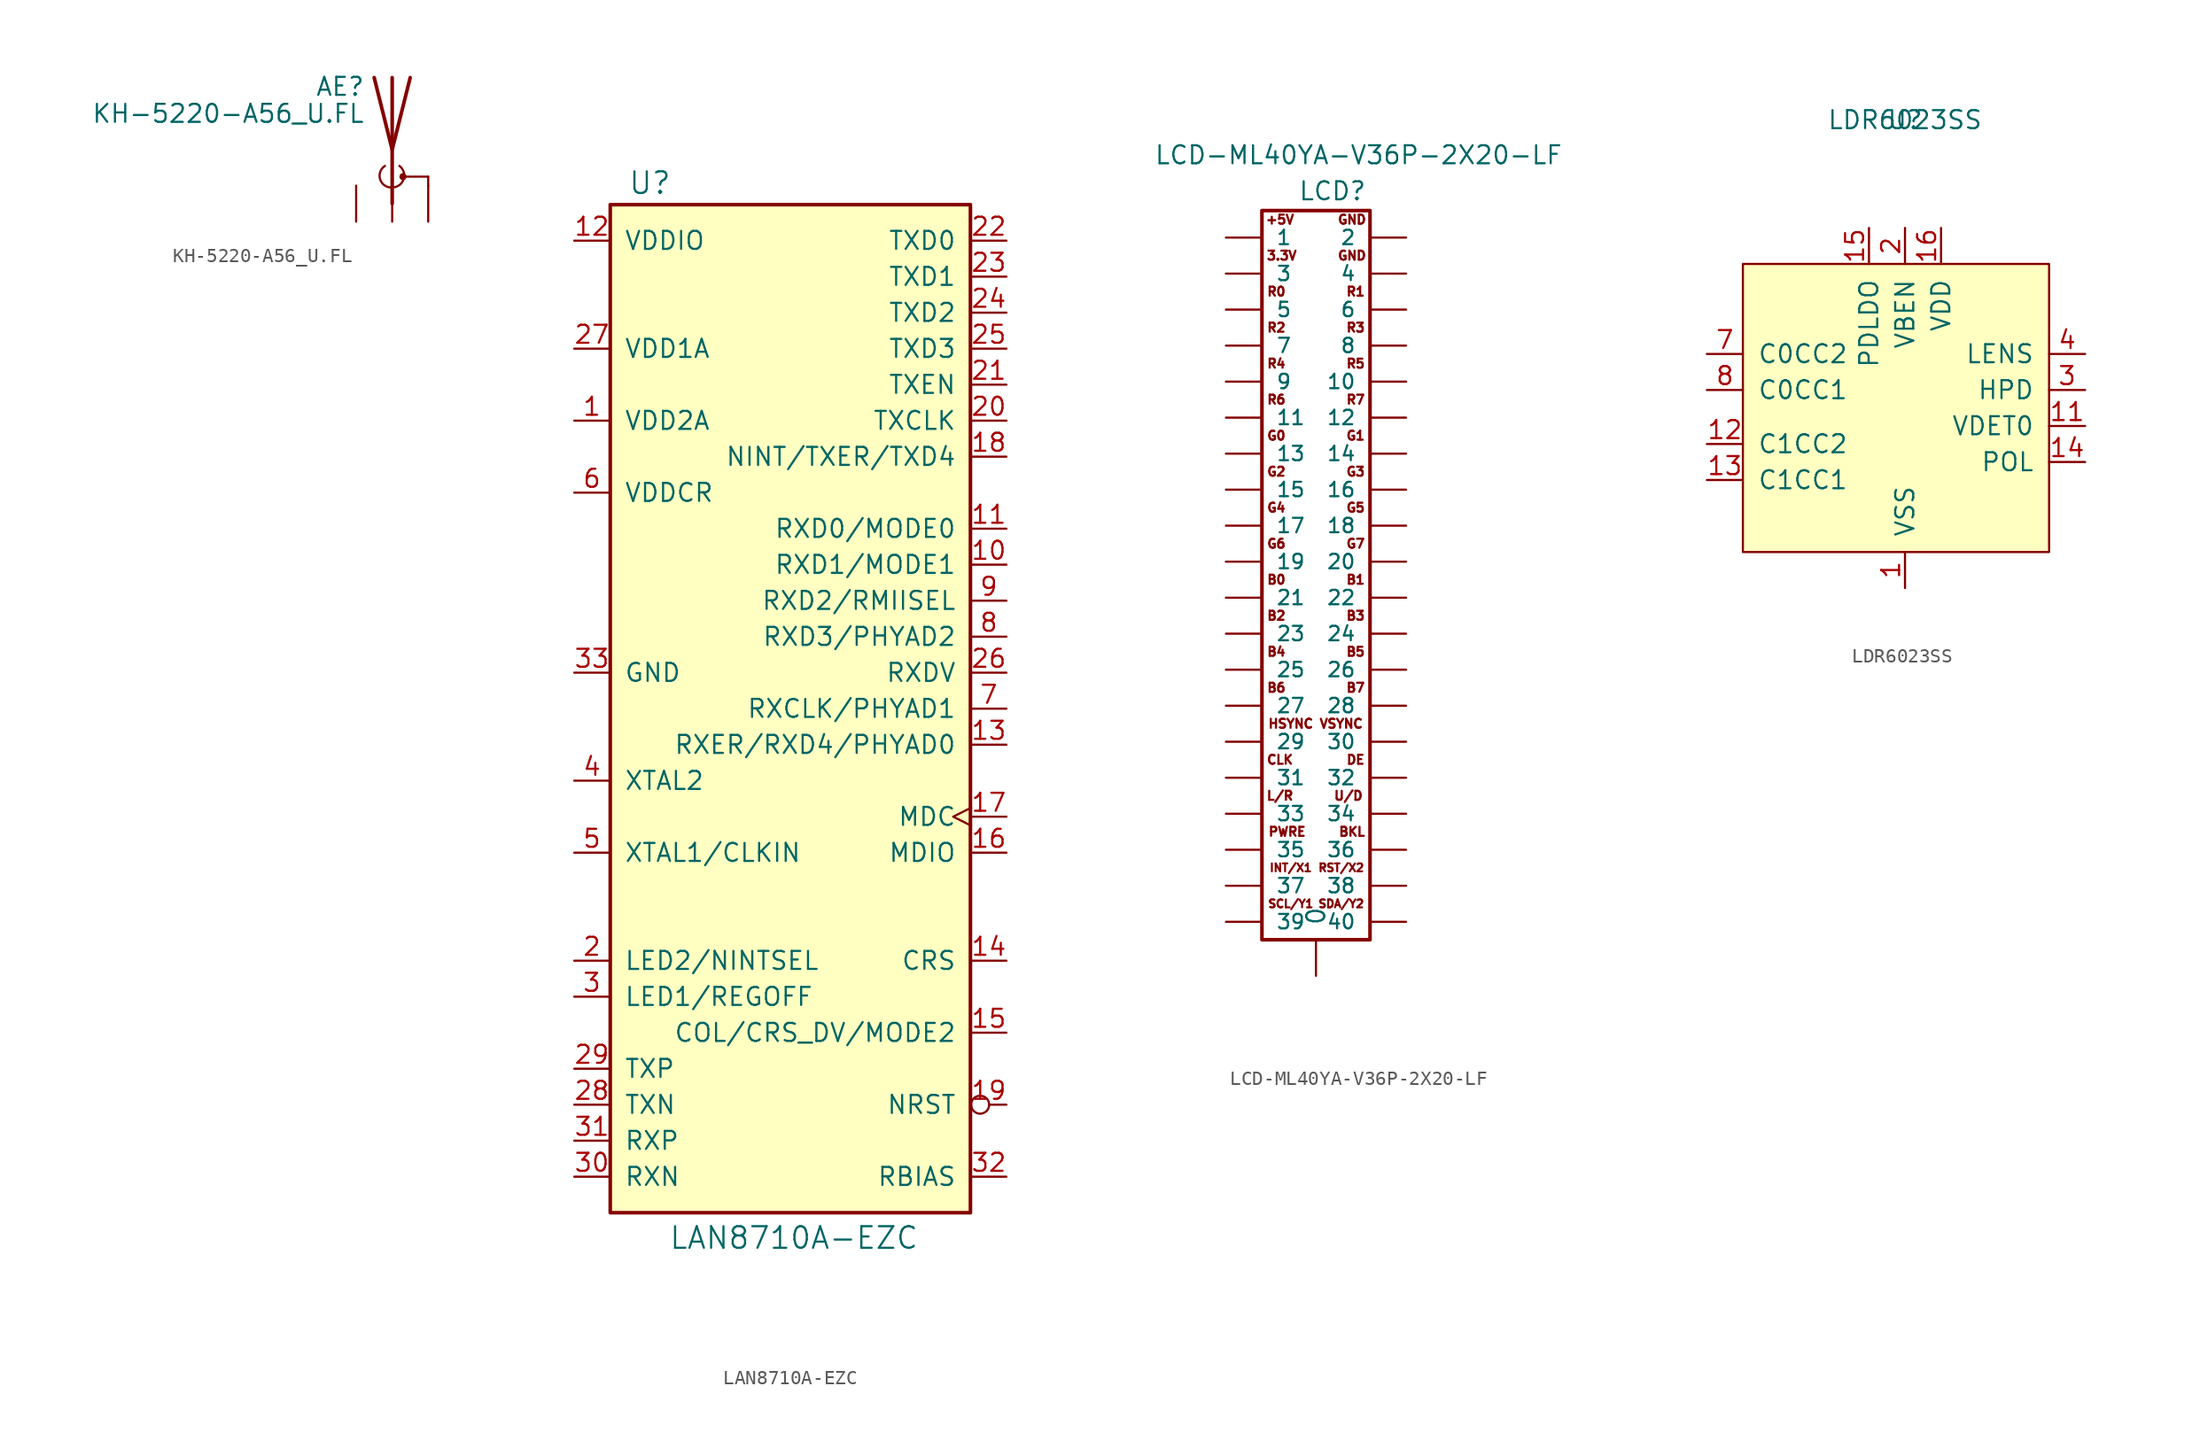
<source format=kicad_sym>
(kicad_symbol_lib
  (version 20211014)
  (generator kicad_symbol_editor)
  (symbol "KH-5220-A56_U.FL"
    (pin_numbers hide)
    (pin_names
      (offset 1.016) hide)
    (property "Reference" "AE"
      (at -1.905 4.445 0)
      (effects (font (size 1.27 1.27)) (justify right)))
    (property "Value" "KH-5220-A56_U.FL"
      (at -1.905 2.54 0)
      (effects (font (size 1.27 1.27)) (justify right)))
    (symbol "KH-5220-A56_U.FL_0_1"
      (arc (start -0.508 -1.143) (mid -0.8485 -2.1032) (end 0 -2.667) (stroke (width 0) (type default) (color 0 0 0 0)) (fill (type none)))
      (arc (start 0 -2.667) (mid 0.8047 -2.0885) (end 0.508 -1.143) (stroke (width 0) (type default) (color 0 0 0 0)) (fill (type none)))
      (polyline (pts (xy 0 -2.54) (xy 0 0)) (stroke (width 0) (type default) (color 0 0 0 0)) (fill (type none)))
      (polyline (pts (xy 0 5.08) (xy 0 -3.81)) (stroke (width 0.254) (type default) (color 0 0 0 0)) (fill (type none)))
      (polyline (pts (xy 0.762 -1.905) (xy 2.54 -1.905)) (stroke (width 0) (type default) (color 0 0 0 0)) (fill (type none)))
      (polyline (pts (xy 2.54 -2.54) (xy 2.54 -1.905)) (stroke (width 0) (type default) (color 0 0 0 0)) (fill (type none)))
      (polyline (pts (xy 1.27 5.08) (xy 0 0) (xy -1.27 5.08)) (stroke (width 0.254) (type default) (color 0 0 0 0)) (fill (type none)))
      (circle (center 0.762 -1.905) (radius 0.178) (stroke (width 0) (type default) (color 0 0 0 0)) (fill (type outline))))
    (symbol "KH-5220-A56_U.FL_1_1"
      (pin input line (at 0 -5.08 90) (length 2.54) (name "A" (effects (font (size 1.27 1.27)))) (number "1" (effects (font (size 1.27 1.27)))))
      (pin input line (at 2.54 -5.08 90) (length 2.54) (name "Shield" (effects (font (size 1.27 1.27)))) (number "2" (effects (font (size 1.27 1.27)))))
      (pin input line (at -2.54 -5.08 90) (length 2.54) (name "NC" (effects (font (size 1.27 1.27)))) (number "NC" (effects (font (size 1.27 1.27)))))))
  (symbol "LAN8710A-EZC"
    (pin_names
      (offset 1.016))
    (property "Reference" "U"
      (at -9.906 37.084 0)
      (effects (font (size 1.524 1.524))))
    (property "Value" "LAN8710A-EZC"
      (at 0.254 -37.338 0)
      (effects (font (size 1.524 1.524))))
    (symbol "LAN8710A-EZC_0_1"
      (rectangle (start -12.7 35.56) (end 12.7 -35.56) (stroke (width 0.254) (type default) (color 0 0 0 0)) (fill (type background))))
    (symbol "LAN8710A-EZC_1_1"
      (pin power_in line (at -15.24 20.32 0) (length 2.489) (name "VDD2A" (effects (font (size 1.27 1.27)))) (number "1" (effects (font (size 1.27 1.27)))))
      (pin bidirectional line (at 15.24 10.16 180) (length 2.489) (name "RXD1/MODE1" (effects (font (size 1.27 1.27)))) (number "10" (effects (font (size 1.27 1.27)))))
      (pin bidirectional line (at 15.24 12.7 180) (length 2.489) (name "RXD0/MODE0" (effects (font (size 1.27 1.27)))) (number "11" (effects (font (size 1.27 1.27)))))
      (pin power_in line (at -15.24 33.02 0) (length 2.489) (name "VDDIO" (effects (font (size 1.27 1.27)))) (number "12" (effects (font (size 1.27 1.27)))))
      (pin bidirectional line (at 15.24 -2.54 180) (length 2.489) (name "RXER/RXD4/PHYAD0" (effects (font (size 1.27 1.27)))) (number "13" (effects (font (size 1.27 1.27)))))
      (pin output line (at 15.24 -17.78 180) (length 2.489) (name "CRS" (effects (font (size 1.27 1.27)))) (number "14" (effects (font (size 1.27 1.27)))))
      (pin bidirectional line (at 15.24 -22.86 180) (length 2.489) (name "COL/CRS_DV/MODE2" (effects (font (size 1.27 1.27)))) (number "15" (effects (font (size 1.27 1.27)))))
      (pin bidirectional line (at 15.24 -10.16 180) (length 2.489) (name "MDIO" (effects (font (size 1.27 1.27)))) (number "16" (effects (font (size 1.27 1.27)))))
      (pin input clock (at 15.24 -7.62 180) (length 2.489) (name "MDC" (effects (font (size 1.27 1.27)))) (number "17" (effects (font (size 1.27 1.27)))))
      (pin bidirectional line (at 15.24 17.78 180) (length 2.489) (name "NINT/TXER/TXD4" (effects (font (size 1.27 1.27)))) (number "18" (effects (font (size 1.27 1.27)))))
      (pin input inverted (at 15.24 -27.94 180) (length 2.489) (name "NRST" (effects (font (size 1.27 1.27)))) (number "19" (effects (font (size 1.27 1.27)))))
      (pin bidirectional line (at -15.24 -17.78 0) (length 2.489) (name "LED2/NINTSEL" (effects (font (size 1.27 1.27)))) (number "2" (effects (font (size 1.27 1.27)))))
      (pin output line (at 15.24 20.32 180) (length 2.489) (name "TXCLK" (effects (font (size 1.27 1.27)))) (number "20" (effects (font (size 1.27 1.27)))))
      (pin input line (at 15.24 22.86 180) (length 2.489) (name "TXEN" (effects (font (size 1.27 1.27)))) (number "21" (effects (font (size 1.27 1.27)))))
      (pin input line (at 15.24 33.02 180) (length 2.489) (name "TXD0" (effects (font (size 1.27 1.27)))) (number "22" (effects (font (size 1.27 1.27)))))
      (pin input line (at 15.24 30.48 180) (length 2.489) (name "TXD1" (effects (font (size 1.27 1.27)))) (number "23" (effects (font (size 1.27 1.27)))))
      (pin input line (at 15.24 27.94 180) (length 2.489) (name "TXD2" (effects (font (size 1.27 1.27)))) (number "24" (effects (font (size 1.27 1.27)))))
      (pin input line (at 15.24 25.4 180) (length 2.489) (name "TXD3" (effects (font (size 1.27 1.27)))) (number "25" (effects (font (size 1.27 1.27)))))
      (pin output line (at 15.24 2.54 180) (length 2.489) (name "RXDV" (effects (font (size 1.27 1.27)))) (number "26" (effects (font (size 1.27 1.27)))))
      (pin power_in line (at -15.24 25.4 0) (length 2.489) (name "VDD1A" (effects (font (size 1.27 1.27)))) (number "27" (effects (font (size 1.27 1.27)))))
      (pin output line (at -15.24 -27.94 0) (length 2.489) (name "TXN" (effects (font (size 1.27 1.27)))) (number "28" (effects (font (size 1.27 1.27)))))
      (pin output line (at -15.24 -25.4 0) (length 2.489) (name "TXP" (effects (font (size 1.27 1.27)))) (number "29" (effects (font (size 1.27 1.27)))))
      (pin bidirectional line (at -15.24 -20.32 0) (length 2.489) (name "LED1/REGOFF" (effects (font (size 1.27 1.27)))) (number "3" (effects (font (size 1.27 1.27)))))
      (pin input line (at -15.24 -33.02 0) (length 2.489) (name "RXN" (effects (font (size 1.27 1.27)))) (number "30" (effects (font (size 1.27 1.27)))))
      (pin input line (at -15.24 -30.48 0) (length 2.489) (name "RXP" (effects (font (size 1.27 1.27)))) (number "31" (effects (font (size 1.27 1.27)))))
      (pin input line (at 15.24 -33.02 180) (length 2.489) (name "RBIAS" (effects (font (size 1.27 1.27)))) (number "32" (effects (font (size 1.27 1.27)))))
      (pin power_in line (at -15.24 2.54 0) (length 2.489) (name "GND" (effects (font (size 1.27 1.27)))) (number "33" (effects (font (size 1.27 1.27)))))
      (pin output line (at -15.24 -5.08 0) (length 2.489) (name "XTAL2" (effects (font (size 1.27 1.27)))) (number "4" (effects (font (size 1.27 1.27)))))
      (pin input line (at -15.24 -10.16 0) (length 2.489) (name "XTAL1/CLKIN" (effects (font (size 1.27 1.27)))) (number "5" (effects (font (size 1.27 1.27)))))
      (pin power_in line (at -15.24 15.24 0) (length 2.489) (name "VDDCR" (effects (font (size 1.27 1.27)))) (number "6" (effects (font (size 1.27 1.27)))))
      (pin bidirectional line (at 15.24 0 180) (length 2.489) (name "RXCLK/PHYAD1" (effects (font (size 1.27 1.27)))) (number "7" (effects (font (size 1.27 1.27)))))
      (pin bidirectional line (at 15.24 5.08 180) (length 2.489) (name "RXD3/PHYAD2" (effects (font (size 1.27 1.27)))) (number "8" (effects (font (size 1.27 1.27)))))
      (pin bidirectional line (at 15.24 7.62 180) (length 2.489) (name "RXD2/RMIISEL" (effects (font (size 1.27 1.27)))) (number "9" (effects (font (size 1.27 1.27)))))))
  (symbol "LCD-ML40YA-V36P-2X20-LF"
    (pin_numbers hide)
    (pin_names
      (offset 1.016))
    (property "Reference" "LCD"
      (at 0 25.4 0)
      (effects (font (size 1.27 1.27)) (justify left bottom)))
    (property "Value" "LCD-ML40YA-V36P-2X20-LF"
      (at -10.16 27.94 0)
      (effects (font (size 1.27 1.27)) (justify left bottom)))
    (property "Datasheet" ""
      (at 2.54 0 0)
      (effects (font (size 1.524 1.524))))
    (property "ki_locked" ""
      (at 0 0 0)
      (effects (font (size 1.27 1.27))))
    (symbol "LCD-ML40YA-V36P-2X20-LF_0_0"
      (text "+5V" (at -1.27 24.13 0) (effects (font (size 0.635 0.635))))
      (text "3.3V" (at -1.143 21.59 0) (effects (font (size 0.635 0.635))))
      (text "B0" (at -1.524 -1.27 0) (effects (font (size 0.635 0.635))))
      (text "B1" (at 4.064 -1.27 0) (effects (font (size 0.635 0.635))))
      (text "B2" (at -1.524 -3.81 0) (effects (font (size 0.635 0.635))))
      (text "B3" (at 4.064 -3.81 0) (effects (font (size 0.635 0.635))))
      (text "B4" (at -1.524 -6.35 0) (effects (font (size 0.635 0.635))))
      (text "B5" (at 4.064 -6.35 0) (effects (font (size 0.635 0.635))))
      (text "B6" (at -1.524 -8.89 0) (effects (font (size 0.635 0.635))))
      (text "B7" (at 4.064 -8.89 0) (effects (font (size 0.635 0.635))))
      (text "BKL" (at 3.81 -19.05 0) (effects (font (size 0.635 0.635))))
      (text "CLK" (at -1.27 -13.97 0) (effects (font (size 0.635 0.635))))
      (text "DE" (at 4.064 -13.97 0) (effects (font (size 0.635 0.635))))
      (text "G0" (at -1.524 8.89 0) (effects (font (size 0.635 0.635))))
      (text "G1" (at 4.064 8.89 0) (effects (font (size 0.635 0.635))))
      (text "G2" (at -1.524 6.35 0) (effects (font (size 0.635 0.635))))
      (text "G3" (at 4.064 6.35 0) (effects (font (size 0.635 0.635))))
      (text "G4" (at -1.524 3.81 0) (effects (font (size 0.635 0.635))))
      (text "G6" (at -1.524 1.27 0) (effects (font (size 0.635 0.635))))
      (text "G7" (at 4.064 1.27 0) (effects (font (size 0.635 0.635))))
      (text "GND" (at 3.81 21.59 0) (effects (font (size 0.635 0.635))))
      (text "GND" (at 3.81 24.13 0) (effects (font (size 0.635 0.635))))
      (text "HSYNC" (at -0.508 -11.43 0) (effects (font (size 0.635 0.635))))
      (text "INT/X1" (at -0.508 -21.59 0) (effects (font (size 0.559 0.559))))
      (text "L/R" (at -1.27 -16.51 0) (effects (font (size 0.635 0.635))))
      (text "PWRE" (at -0.762 -19.05 0) (effects (font (size 0.635 0.635))))
      (text "R0" (at -1.524 19.05 0) (effects (font (size 0.635 0.635))))
      (text "R1" (at 4.064 19.05 0) (effects (font (size 0.635 0.635))))
      (text "R2" (at -1.524 16.51 0) (effects (font (size 0.635 0.635))))
      (text "R3" (at 4.064 16.51 0) (effects (font (size 0.635 0.635))))
      (text "R5" (at 4.064 13.97 0) (effects (font (size 0.635 0.635))))
      (text "R6" (at -1.524 11.43 0) (effects (font (size 0.635 0.635))))
      (text "R7" (at 4.064 11.43 0) (effects (font (size 0.635 0.635))))
      (text "RST/X2" (at 3.048 -21.59 0) (effects (font (size 0.559 0.559))))
      (text "SCL/Y1" (at -0.508 -24.13 0) (effects (font (size 0.559 0.559))))
      (text "SDA/Y2" (at 3.048 -24.13 0) (effects (font (size 0.559 0.559))))
      (text "U/D" (at 3.556 -16.51 0) (effects (font (size 0.635 0.635))))
      (text "VSYNC" (at 3.048 -11.43 0) (effects (font (size 0.635 0.635)))))
    (symbol "LCD-ML40YA-V36P-2X20-LF_1_0"
      (rectangle (start 5.08 -26.67) (end -2.54 24.765) (stroke (width 0.254) (type default) (color 0 0 0 0)) (fill (type none)))
      (text "G5" (at 4.064 3.81 0) (effects (font (size 0.635 0.635))))
      (text "R4" (at -1.524 13.97 0) (effects (font (size 0.635 0.635)))))
    (symbol "LCD-ML40YA-V36P-2X20-LF_1_1"
      (pin passive line (at 1.27 -29.21 90) (length 2.489) (name "0" (effects (font (size 1.27 1.27)))) (number "0" (effects (font (size 1.27 1.27)))))
      (pin passive line (at -5.08 22.86 0) (length 2.489) (name "1" (effects (font (size 1.016 1.016)))) (number "1" (effects (font (size 1.016 1.016)))))
      (pin passive line (at 7.62 12.7 180) (length 2.489) (name "10" (effects (font (size 1.016 1.016)))) (number "10" (effects (font (size 1.016 1.016)))))
      (pin passive line (at -5.08 10.16 0) (length 2.489) (name "11" (effects (font (size 1.016 1.016)))) (number "11" (effects (font (size 1.016 1.016)))))
      (pin passive line (at 7.62 10.16 180) (length 2.489) (name "12" (effects (font (size 1.016 1.016)))) (number "12" (effects (font (size 1.016 1.016)))))
      (pin passive line (at -5.08 7.62 0) (length 2.489) (name "13" (effects (font (size 1.016 1.016)))) (number "13" (effects (font (size 1.016 1.016)))))
      (pin passive line (at 7.62 7.62 180) (length 2.489) (name "14" (effects (font (size 1.016 1.016)))) (number "14" (effects (font (size 1.016 1.016)))))
      (pin passive line (at -5.08 5.08 0) (length 2.489) (name "15" (effects (font (size 1.016 1.016)))) (number "15" (effects (font (size 1.016 1.016)))))
      (pin passive line (at 7.62 5.08 180) (length 2.489) (name "16" (effects (font (size 1.016 1.016)))) (number "16" (effects (font (size 1.016 1.016)))))
      (pin passive line (at -5.08 2.54 0) (length 2.489) (name "17" (effects (font (size 1.016 1.016)))) (number "17" (effects (font (size 1.016 1.016)))))
      (pin passive line (at 7.62 2.54 180) (length 2.489) (name "18" (effects (font (size 1.016 1.016)))) (number "18" (effects (font (size 1.016 1.016)))))
      (pin passive line (at -5.08 0 0) (length 2.489) (name "19" (effects (font (size 1.016 1.016)))) (number "19" (effects (font (size 1.016 1.016)))))
      (pin passive line (at 7.62 22.86 180) (length 2.489) (name "2" (effects (font (size 1.016 1.016)))) (number "2" (effects (font (size 1.016 1.016)))))
      (pin passive line (at 7.62 0 180) (length 2.489) (name "20" (effects (font (size 1.016 1.016)))) (number "20" (effects (font (size 1.016 1.016)))))
      (pin passive line (at -5.08 -2.54 0) (length 2.489) (name "21" (effects (font (size 1.016 1.016)))) (number "21" (effects (font (size 1.016 1.016)))))
      (pin passive line (at 7.62 -2.54 180) (length 2.489) (name "22" (effects (font (size 1.016 1.016)))) (number "22" (effects (font (size 1.016 1.016)))))
      (pin passive line (at -5.08 -5.08 0) (length 2.489) (name "23" (effects (font (size 1.016 1.016)))) (number "23" (effects (font (size 1.016 1.016)))))
      (pin passive line (at 7.62 -5.08 180) (length 2.489) (name "24" (effects (font (size 1.016 1.016)))) (number "24" (effects (font (size 1.016 1.016)))))
      (pin passive line (at -5.08 -7.62 0) (length 2.489) (name "25" (effects (font (size 1.016 1.016)))) (number "25" (effects (font (size 1.016 1.016)))))
      (pin passive line (at 7.62 -7.62 180) (length 2.489) (name "26" (effects (font (size 1.016 1.016)))) (number "26" (effects (font (size 1.016 1.016)))))
      (pin passive line (at -5.08 -10.16 0) (length 2.489) (name "27" (effects (font (size 1.016 1.016)))) (number "27" (effects (font (size 1.016 1.016)))))
      (pin passive line (at 7.62 -10.16 180) (length 2.489) (name "28" (effects (font (size 1.016 1.016)))) (number "28" (effects (font (size 1.016 1.016)))))
      (pin passive line (at -5.08 -12.7 0) (length 2.489) (name "29" (effects (font (size 1.016 1.016)))) (number "29" (effects (font (size 1.016 1.016)))))
      (pin passive line (at -5.08 20.32 0) (length 2.489) (name "3" (effects (font (size 1.016 1.016)))) (number "3" (effects (font (size 1.016 1.016)))))
      (pin passive line (at 7.62 -12.7 180) (length 2.489) (name "30" (effects (font (size 1.016 1.016)))) (number "30" (effects (font (size 1.016 1.016)))))
      (pin passive line (at -5.08 -15.24 0) (length 2.489) (name "31" (effects (font (size 1.016 1.016)))) (number "31" (effects (font (size 1.016 1.016)))))
      (pin passive line (at 7.62 -15.24 180) (length 2.489) (name "32" (effects (font (size 1.016 1.016)))) (number "32" (effects (font (size 1.016 1.016)))))
      (pin passive line (at -5.08 -17.78 0) (length 2.489) (name "33" (effects (font (size 1.016 1.016)))) (number "33" (effects (font (size 1.016 1.016)))))
      (pin passive line (at 7.62 -17.78 180) (length 2.489) (name "34" (effects (font (size 1.016 1.016)))) (number "34" (effects (font (size 1.016 1.016)))))
      (pin passive line (at -5.08 -20.32 0) (length 2.489) (name "35" (effects (font (size 1.016 1.016)))) (number "35" (effects (font (size 1.016 1.016)))))
      (pin passive line (at 7.62 -20.32 180) (length 2.489) (name "36" (effects (font (size 1.016 1.016)))) (number "36" (effects (font (size 1.016 1.016)))))
      (pin passive line (at -5.08 -22.86 0) (length 2.489) (name "37" (effects (font (size 1.016 1.016)))) (number "37" (effects (font (size 1.016 1.016)))))
      (pin passive line (at 7.62 -22.86 180) (length 2.489) (name "38" (effects (font (size 1.016 1.016)))) (number "38" (effects (font (size 1.016 1.016)))))
      (pin passive line (at -5.08 -25.4 0) (length 2.489) (name "39" (effects (font (size 1.016 1.016)))) (number "39" (effects (font (size 1.016 1.016)))))
      (pin passive line (at 7.62 20.32 180) (length 2.489) (name "4" (effects (font (size 1.016 1.016)))) (number "4" (effects (font (size 1.016 1.016)))))
      (pin passive line (at 7.62 -25.4 180) (length 2.489) (name "40" (effects (font (size 1.016 1.016)))) (number "40" (effects (font (size 1.016 1.016)))))
      (pin passive line (at -5.08 17.78 0) (length 2.489) (name "5" (effects (font (size 1.016 1.016)))) (number "5" (effects (font (size 1.016 1.016)))))
      (pin passive line (at 7.62 17.78 180) (length 2.489) (name "6" (effects (font (size 1.016 1.016)))) (number "6" (effects (font (size 1.016 1.016)))))
      (pin passive line (at -5.08 15.24 0) (length 2.489) (name "7" (effects (font (size 1.016 1.016)))) (number "7" (effects (font (size 1.016 1.016)))))
      (pin passive line (at 7.62 15.24 180) (length 2.489) (name "8" (effects (font (size 1.016 1.016)))) (number "8" (effects (font (size 1.016 1.016)))))
      (pin passive line (at -5.08 12.7 0) (length 2.489) (name "9" (effects (font (size 1.016 1.016)))) (number "9" (effects (font (size 1.016 1.016)))))))
  (symbol "LDR6023SS"
    (pin_names
      (offset 1.016))
    (property "Reference" "U"
      (at 0 20.32 0)
      (effects (font (size 1.27 1.27))))
    (property "Value" "LDR6023SS"
      (at 0 20.32 0)
      (effects (font (size 1.27 1.27))))
    (symbol "LDR6023SS_0_1"
      (rectangle (start -11.43 10.16) (end 10.16 -10.16) (stroke (width 0) (type default) (color 0 0 0 0)) (fill (type background))))
    (symbol "LDR6023SS_1_1"
      (pin input line (at 0 -12.7 90) (length 2.54) (name "VSS" (effects (font (size 1.27 1.27)))) (number "1" (effects (font (size 1.27 1.27)))))
      (pin input line (at 11.43 -6.35 0) (length 2.54) hide (name "NC" (effects (font (size 1.27 1.27)))) (number "10" (effects (font (size 1.27 1.27)))))
      (pin input line (at 12.7 -1.27 180) (length 2.54) (name "VDET0" (effects (font (size 1.27 1.27)))) (number "11" (effects (font (size 1.27 1.27)))))
      (pin input line (at -13.97 -2.54 0) (length 2.54) (name "C1CC2" (effects (font (size 1.27 1.27)))) (number "12" (effects (font (size 1.27 1.27)))))
      (pin input line (at -13.97 -5.08 0) (length 2.54) (name "C1CC1" (effects (font (size 1.27 1.27)))) (number "13" (effects (font (size 1.27 1.27)))))
      (pin input line (at 12.7 -3.81 180) (length 2.54) (name "POL" (effects (font (size 1.27 1.27)))) (number "14" (effects (font (size 1.27 1.27)))))
      (pin input line (at -2.54 12.7 270) (length 2.54) (name "PDLDO" (effects (font (size 1.27 1.27)))) (number "15" (effects (font (size 1.27 1.27)))))
      (pin input line (at 2.54 12.7 270) (length 2.54) (name "VDD" (effects (font (size 1.27 1.27)))) (number "16" (effects (font (size 1.27 1.27)))))
      (pin input line (at 0 12.7 270) (length 2.54) (name "VBEN" (effects (font (size 1.27 1.27)))) (number "2" (effects (font (size 1.27 1.27)))))
      (pin input line (at 12.7 1.27 180) (length 2.54) (name "HPD" (effects (font (size 1.27 1.27)))) (number "3" (effects (font (size 1.27 1.27)))))
      (pin input line (at 12.7 3.81 180) (length 2.54) (name "LENS" (effects (font (size 1.27 1.27)))) (number "4" (effects (font (size 1.27 1.27)))))
      (pin input line (at 11.43 -7.62 0) (length 2.54) hide (name "NC" (effects (font (size 1.27 1.27)))) (number "5" (effects (font (size 1.27 1.27)))))
      (pin input line (at 11.43 -10.16 0) (length 2.54) hide (name "NC" (effects (font (size 1.27 1.27)))) (number "6" (effects (font (size 1.27 1.27)))))
      (pin input line (at -13.97 3.81 0) (length 2.54) (name "C0CC2" (effects (font (size 1.27 1.27)))) (number "7" (effects (font (size 1.27 1.27)))))
      (pin input line (at -13.97 1.27 0) (length 2.54) (name "C0CC1" (effects (font (size 1.27 1.27)))) (number "8" (effects (font (size 1.27 1.27)))))
      (pin input line (at 11.43 -8.89 0) (length 2.54) hide (name "NC" (effects (font (size 1.27 1.27)))) (number "9" (effects (font (size 1.27 1.27))))))))
</source>
